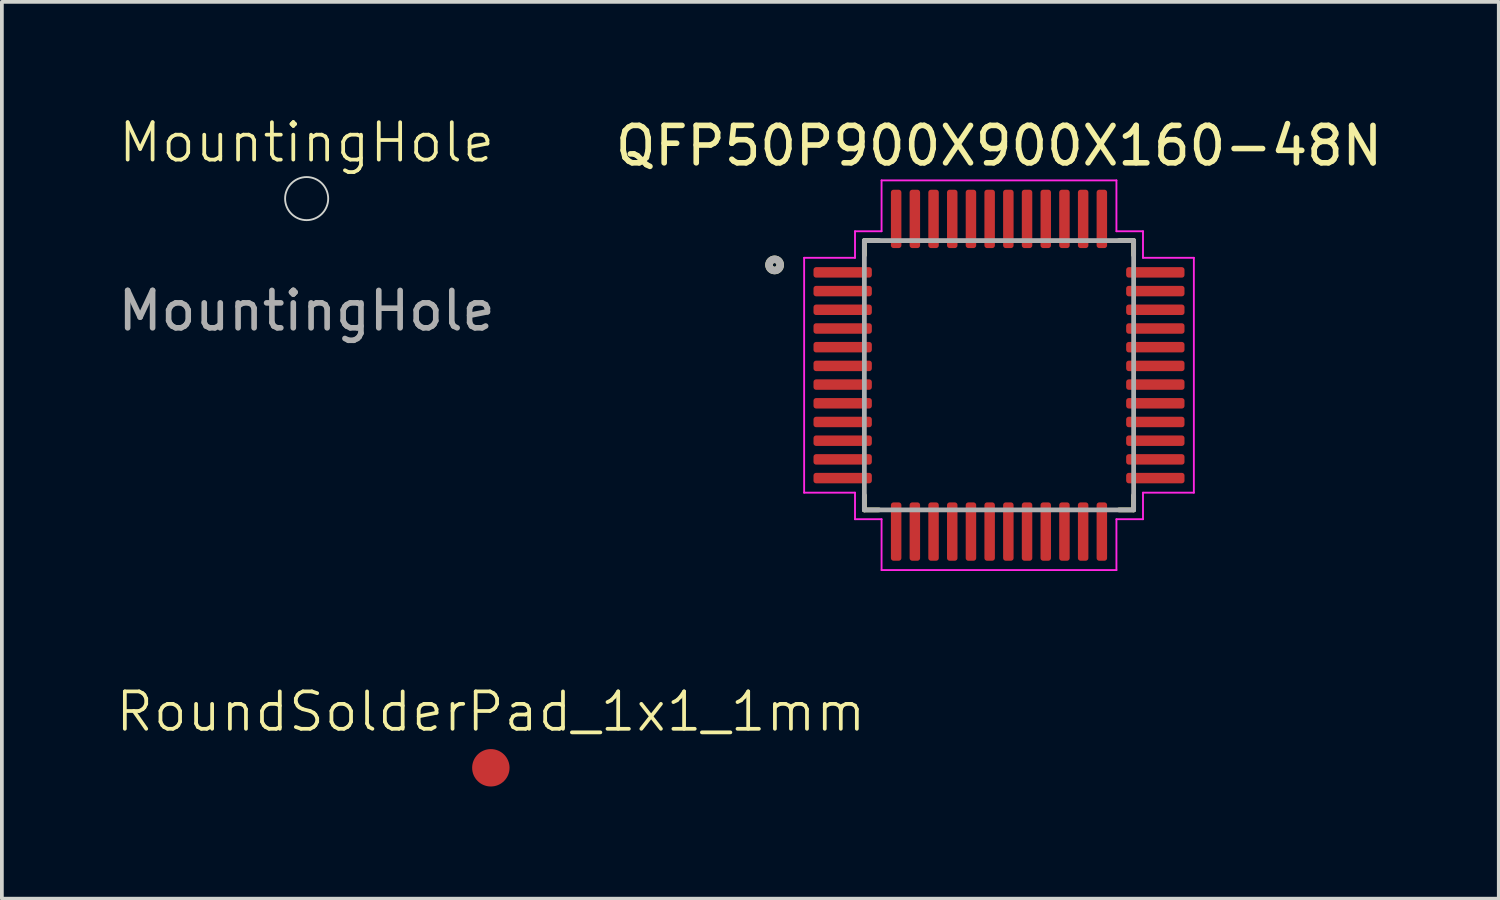
<source format=kicad_pcb>
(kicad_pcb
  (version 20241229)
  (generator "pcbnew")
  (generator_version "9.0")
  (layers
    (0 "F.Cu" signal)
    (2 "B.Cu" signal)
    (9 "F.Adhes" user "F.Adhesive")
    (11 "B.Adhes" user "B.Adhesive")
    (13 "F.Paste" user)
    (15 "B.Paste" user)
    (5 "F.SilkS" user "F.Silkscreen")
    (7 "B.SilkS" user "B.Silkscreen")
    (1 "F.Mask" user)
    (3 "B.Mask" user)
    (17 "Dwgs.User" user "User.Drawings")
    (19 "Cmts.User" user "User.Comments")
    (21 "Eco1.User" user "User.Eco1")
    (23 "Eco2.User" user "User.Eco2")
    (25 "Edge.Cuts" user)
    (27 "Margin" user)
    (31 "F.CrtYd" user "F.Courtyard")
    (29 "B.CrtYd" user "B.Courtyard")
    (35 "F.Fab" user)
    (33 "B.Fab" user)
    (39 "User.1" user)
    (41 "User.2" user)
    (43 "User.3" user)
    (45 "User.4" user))
  (footprint "QFP50P900X900X160-48N"
    (layer "F.Cu")
    (at 23.661 6.983)
    (property "Reference" "QFP50P900X900X160-48N" (at 0 -6.135 0) (layer "F.SilkS") (effects (font (size 1 1) (thickness 0.15))))
    (attr smd)
    (fp_line (start -3.6 -3.6) (end -3.6 -3.21) (stroke (width 0.127) (type solid)) (layer "F.SilkS"))
    (fp_line (start -3.6 3.21) (end -3.6 3.6) (stroke (width 0.127) (type solid)) (layer "F.SilkS"))
    (fp_line (start -3.6 3.6) (end -3.21 3.6) (stroke (width 0.127) (type solid)) (layer "F.SilkS"))
    (fp_line (start -3.21 -3.6) (end -3.6 -3.6) (stroke (width 0.127) (type solid)) (layer "F.SilkS"))
    (fp_line (start 3.21 3.6) (end 3.6 3.6) (stroke (width 0.127) (type solid)) (layer "F.SilkS"))
    (fp_line (start 3.6 -3.6) (end 3.21 -3.6) (stroke (width 0.127) (type solid)) (layer "F.SilkS"))
    (fp_line (start 3.6 -3.21) (end 3.6 -3.6) (stroke (width 0.127) (type solid)) (layer "F.SilkS"))
    (fp_line (start 3.6 3.6) (end 3.6 3.21) (stroke (width 0.127) (type solid)) (layer "F.SilkS"))
    (fp_circle (center -6 -2.95) (end -5.85 -2.95) (stroke (width 0.2) (type solid)) (fill no) (layer "F.SilkS"))
    (fp_line (start -5.21 -3.14) (end -3.85 -3.14) (stroke (width 0.05) (type solid)) (layer "F.CrtYd"))
    (fp_line (start -5.21 3.14) (end -5.21 -3.14) (stroke (width 0.05) (type solid)) (layer "F.CrtYd"))
    (fp_line (start -3.85 -3.85) (end -3.14 -3.85) (stroke (width 0.05) (type solid)) (layer "F.CrtYd"))
    (fp_line (start -3.85 -3.14) (end -3.85 -3.85) (stroke (width 0.05) (type solid)) (layer "F.CrtYd"))
    (fp_line (start -3.85 3.14) (end -5.21 3.14) (stroke (width 0.05) (type solid)) (layer "F.CrtYd"))
    (fp_line (start -3.85 3.85) (end -3.85 3.14) (stroke (width 0.05) (type solid)) (layer "F.CrtYd"))
    (fp_line (start -3.14 -5.21) (end 3.14 -5.21) (stroke (width 0.05) (type solid)) (layer "F.CrtYd"))
    (fp_line (start -3.14 -3.85) (end -3.14 -5.21) (stroke (width 0.05) (type solid)) (layer "F.CrtYd"))
    (fp_line (start -3.14 3.85) (end -3.85 3.85) (stroke (width 0.05) (type solid)) (layer "F.CrtYd"))
    (fp_line (start -3.14 5.21) (end -3.14 3.85) (stroke (width 0.05) (type solid)) (layer "F.CrtYd"))
    (fp_line (start 3.14 -5.21) (end 3.14 -3.85) (stroke (width 0.05) (type solid)) (layer "F.CrtYd"))
    (fp_line (start 3.14 -3.85) (end 3.85 -3.85) (stroke (width 0.05) (type solid)) (layer "F.CrtYd"))
    (fp_line (start 3.14 3.85) (end 3.14 5.21) (stroke (width 0.05) (type solid)) (layer "F.CrtYd"))
    (fp_line (start 3.14 5.21) (end -3.14 5.21) (stroke (width 0.05) (type solid)) (layer "F.CrtYd"))
    (fp_line (start 3.85 -3.85) (end 3.85 -3.14) (stroke (width 0.05) (type solid)) (layer "F.CrtYd"))
    (fp_line (start 3.85 -3.14) (end 5.21 -3.14) (stroke (width 0.05) (type solid)) (layer "F.CrtYd"))
    (fp_line (start 3.85 3.14) (end 3.85 3.85) (stroke (width 0.05) (type solid)) (layer "F.CrtYd"))
    (fp_line (start 3.85 3.85) (end 3.14 3.85) (stroke (width 0.05) (type solid)) (layer "F.CrtYd"))
    (fp_line (start 5.21 -3.14) (end 5.21 3.14) (stroke (width 0.05) (type solid)) (layer "F.CrtYd"))
    (fp_line (start 5.21 3.14) (end 3.85 3.14) (stroke (width 0.05) (type solid)) (layer "F.CrtYd"))
    (fp_line (start -3.6 -3.6) (end 3.6 -3.6) (stroke (width 0.127) (type solid)) (layer "F.Fab"))
    (fp_line (start -3.6 3.6) (end -3.6 -3.6) (stroke (width 0.127) (type solid)) (layer "F.Fab"))
    (fp_line (start 3.6 -3.6) (end 3.6 3.6) (stroke (width 0.127) (type solid)) (layer "F.Fab"))
    (fp_line (start 3.6 3.6) (end -3.6 3.6) (stroke (width 0.127) (type solid)) (layer "F.Fab"))
    (fp_circle (center -6 -2.95) (end -5.85 -2.95) (stroke (width 0.2) (type solid)) (fill no) (layer "F.Fab"))
    (pad "1" smd roundrect (at -4.18 -2.75) (size 1.56 0.28) (layers "F.Cu" "F.Mask" "F.Paste") (roundrect_rratio 0.25))
    (pad "2" smd roundrect (at -4.18 -2.25) (size 1.56 0.28) (layers "F.Cu" "F.Mask" "F.Paste") (roundrect_rratio 0.25))
    (pad "3" smd roundrect (at -4.18 -1.75) (size 1.56 0.28) (layers "F.Cu" "F.Mask" "F.Paste") (roundrect_rratio 0.25))
    (pad "4" smd roundrect (at -4.18 -1.25) (size 1.56 0.28) (layers "F.Cu" "F.Mask" "F.Paste") (roundrect_rratio 0.25))
    (pad "5" smd roundrect (at -4.18 -0.75) (size 1.56 0.28) (layers "F.Cu" "F.Mask" "F.Paste") (roundrect_rratio 0.25))
    (pad "6" smd roundrect (at -4.18 -0.25) (size 1.56 0.28) (layers "F.Cu" "F.Mask" "F.Paste") (roundrect_rratio 0.25))
    (pad "7" smd roundrect (at -4.18 0.25) (size 1.56 0.28) (layers "F.Cu" "F.Mask" "F.Paste") (roundrect_rratio 0.25))
    (pad "8" smd roundrect (at -4.18 0.75) (size 1.56 0.28) (layers "F.Cu" "F.Mask" "F.Paste") (roundrect_rratio 0.25))
    (pad "9" smd roundrect (at -4.18 1.25) (size 1.56 0.28) (layers "F.Cu" "F.Mask" "F.Paste") (roundrect_rratio 0.25))
    (pad "10" smd roundrect (at -4.18 1.75) (size 1.56 0.28) (layers "F.Cu" "F.Mask" "F.Paste") (roundrect_rratio 0.25))
    (pad "11" smd roundrect (at -4.18 2.25) (size 1.56 0.28) (layers "F.Cu" "F.Mask" "F.Paste") (roundrect_rratio 0.25))
    (pad "12" smd roundrect (at -4.18 2.75) (size 1.56 0.28) (layers "F.Cu" "F.Mask" "F.Paste") (roundrect_rratio 0.25))
    (pad "13" smd roundrect (at -2.75 4.18) (size 0.28 1.56) (layers "F.Cu" "F.Mask" "F.Paste") (roundrect_rratio 0.25))
    (pad "14" smd roundrect (at -2.25 4.18) (size 0.28 1.56) (layers "F.Cu" "F.Mask" "F.Paste") (roundrect_rratio 0.25))
    (pad "15" smd roundrect (at -1.75 4.18) (size 0.28 1.56) (layers "F.Cu" "F.Mask" "F.Paste") (roundrect_rratio 0.25))
    (pad "16" smd roundrect (at -1.25 4.18) (size 0.28 1.56) (layers "F.Cu" "F.Mask" "F.Paste") (roundrect_rratio 0.25))
    (pad "17" smd roundrect (at -0.75 4.18) (size 0.28 1.56) (layers "F.Cu" "F.Mask" "F.Paste") (roundrect_rratio 0.25))
    (pad "18" smd roundrect (at -0.25 4.18) (size 0.28 1.56) (layers "F.Cu" "F.Mask" "F.Paste") (roundrect_rratio 0.25))
    (pad "19" smd roundrect (at 0.25 4.18) (size 0.28 1.56) (layers "F.Cu" "F.Mask" "F.Paste") (roundrect_rratio 0.25))
    (pad "20" smd roundrect (at 0.75 4.18) (size 0.28 1.56) (layers "F.Cu" "F.Mask" "F.Paste") (roundrect_rratio 0.25))
    (pad "21" smd roundrect (at 1.25 4.18) (size 0.28 1.56) (layers "F.Cu" "F.Mask" "F.Paste") (roundrect_rratio 0.25))
    (pad "22" smd roundrect (at 1.75 4.18) (size 0.28 1.56) (layers "F.Cu" "F.Mask" "F.Paste") (roundrect_rratio 0.25))
    (pad "23" smd roundrect (at 2.25 4.18) (size 0.28 1.56) (layers "F.Cu" "F.Mask" "F.Paste") (roundrect_rratio 0.25))
    (pad "24" smd roundrect (at 2.75 4.18) (size 0.28 1.56) (layers "F.Cu" "F.Mask" "F.Paste") (roundrect_rratio 0.25))
    (pad "25" smd roundrect (at 4.18 2.75) (size 1.56 0.28) (layers "F.Cu" "F.Mask" "F.Paste") (roundrect_rratio 0.25))
    (pad "26" smd roundrect (at 4.18 2.25) (size 1.56 0.28) (layers "F.Cu" "F.Mask" "F.Paste") (roundrect_rratio 0.25))
    (pad "27" smd roundrect (at 4.18 1.75) (size 1.56 0.28) (layers "F.Cu" "F.Mask" "F.Paste") (roundrect_rratio 0.25))
    (pad "28" smd roundrect (at 4.18 1.25) (size 1.56 0.28) (layers "F.Cu" "F.Mask" "F.Paste") (roundrect_rratio 0.25))
    (pad "29" smd roundrect (at 4.18 0.75) (size 1.56 0.28) (layers "F.Cu" "F.Mask" "F.Paste") (roundrect_rratio 0.25))
    (pad "30" smd roundrect (at 4.18 0.25) (size 1.56 0.28) (layers "F.Cu" "F.Mask" "F.Paste") (roundrect_rratio 0.25))
    (pad "31" smd roundrect (at 4.18 -0.25) (size 1.56 0.28) (layers "F.Cu" "F.Mask" "F.Paste") (roundrect_rratio 0.25))
    (pad "32" smd roundrect (at 4.18 -0.75) (size 1.56 0.28) (layers "F.Cu" "F.Mask" "F.Paste") (roundrect_rratio 0.25))
    (pad "33" smd roundrect (at 4.18 -1.25) (size 1.56 0.28) (layers "F.Cu" "F.Mask" "F.Paste") (roundrect_rratio 0.25))
    (pad "34" smd roundrect (at 4.18 -1.75) (size 1.56 0.28) (layers "F.Cu" "F.Mask" "F.Paste") (roundrect_rratio 0.25))
    (pad "35" smd roundrect (at 4.18 -2.25) (size 1.56 0.28) (layers "F.Cu" "F.Mask" "F.Paste") (roundrect_rratio 0.25))
    (pad "36" smd roundrect (at 4.18 -2.75) (size 1.56 0.28) (layers "F.Cu" "F.Mask" "F.Paste") (roundrect_rratio 0.25))
    (pad "37" smd roundrect (at 2.75 -4.18) (size 0.28 1.56) (layers "F.Cu" "F.Mask" "F.Paste") (roundrect_rratio 0.25))
    (pad "38" smd roundrect (at 2.25 -4.18) (size 0.28 1.56) (layers "F.Cu" "F.Mask" "F.Paste") (roundrect_rratio 0.25))
    (pad "39" smd roundrect (at 1.75 -4.18) (size 0.28 1.56) (layers "F.Cu" "F.Mask" "F.Paste") (roundrect_rratio 0.25))
    (pad "40" smd roundrect (at 1.25 -4.18) (size 0.28 1.56) (layers "F.Cu" "F.Mask" "F.Paste") (roundrect_rratio 0.25))
    (pad "41" smd roundrect (at 0.75 -4.18) (size 0.28 1.56) (layers "F.Cu" "F.Mask" "F.Paste") (roundrect_rratio 0.25))
    (pad "42" smd roundrect (at 0.25 -4.18) (size 0.28 1.56) (layers "F.Cu" "F.Mask" "F.Paste") (roundrect_rratio 0.25))
    (pad "43" smd roundrect (at -0.25 -4.18) (size 0.28 1.56) (layers "F.Cu" "F.Mask" "F.Paste") (roundrect_rratio 0.25))
    (pad "44" smd roundrect (at -0.75 -4.18) (size 0.28 1.56) (layers "F.Cu" "F.Mask" "F.Paste") (roundrect_rratio 0.25))
    (pad "45" smd roundrect (at -1.25 -4.18) (size 0.28 1.56) (layers "F.Cu" "F.Mask" "F.Paste") (roundrect_rratio 0.25))
    (pad "46" smd roundrect (at -1.75 -4.18) (size 0.28 1.56) (layers "F.Cu" "F.Mask" "F.Paste") (roundrect_rratio 0.25))
    (pad "47" smd roundrect (at -2.25 -4.18) (size 0.28 1.56) (layers "F.Cu" "F.Mask" "F.Paste") (roundrect_rratio 0.25))
    (pad "48" smd roundrect (at -2.75 -4.18) (size 0.28 1.56) (layers "F.Cu" "F.Mask" "F.Paste") (roundrect_rratio 0.25)))
  (footprint "MountingHole"
    (layer "F.Cu")
    (at 5.149 2.26)
    (property "Reference" "MountingHole" (at 0 -1.5 0) (unlocked yes) (layer "F.SilkS") (effects (font (size 1 1) (thickness 0.1))))
    (attr smd)
    (fp_circle (center 0 0) (end 0.576 0) (stroke (width 0.05) (type solid)) (fill no) (layer "Edge.Cuts"))
    (fp_text user "${REFERENCE}" (at 0 3 0) (unlocked yes) (layer "F.Fab") (effects (font (size 1 1) (thickness 0.15)))))
  (footprint "RoundSolderPad_1x1_1mm"
    (layer "F.Cu")
    (at 10.074 17.479)
    (property "Reference" "RoundSolderPad_1x1_1mm" (at 0 -1.5 0) (unlocked yes) (layer "F.SilkS") (effects (font (size 1 1) (thickness 0.1))))
    (attr smd)
    (pad "1" smd circle (at 0 0) (size 1 1) (layers "F.Cu" "F.Mask" "F.Paste")))
  (gr_rect
    (start -3 -3)
    (end 37.024 20.979)
    (stroke (width 0.1) (type default))
    (fill no)
    (layer "Edge.Cuts")))
</source>
